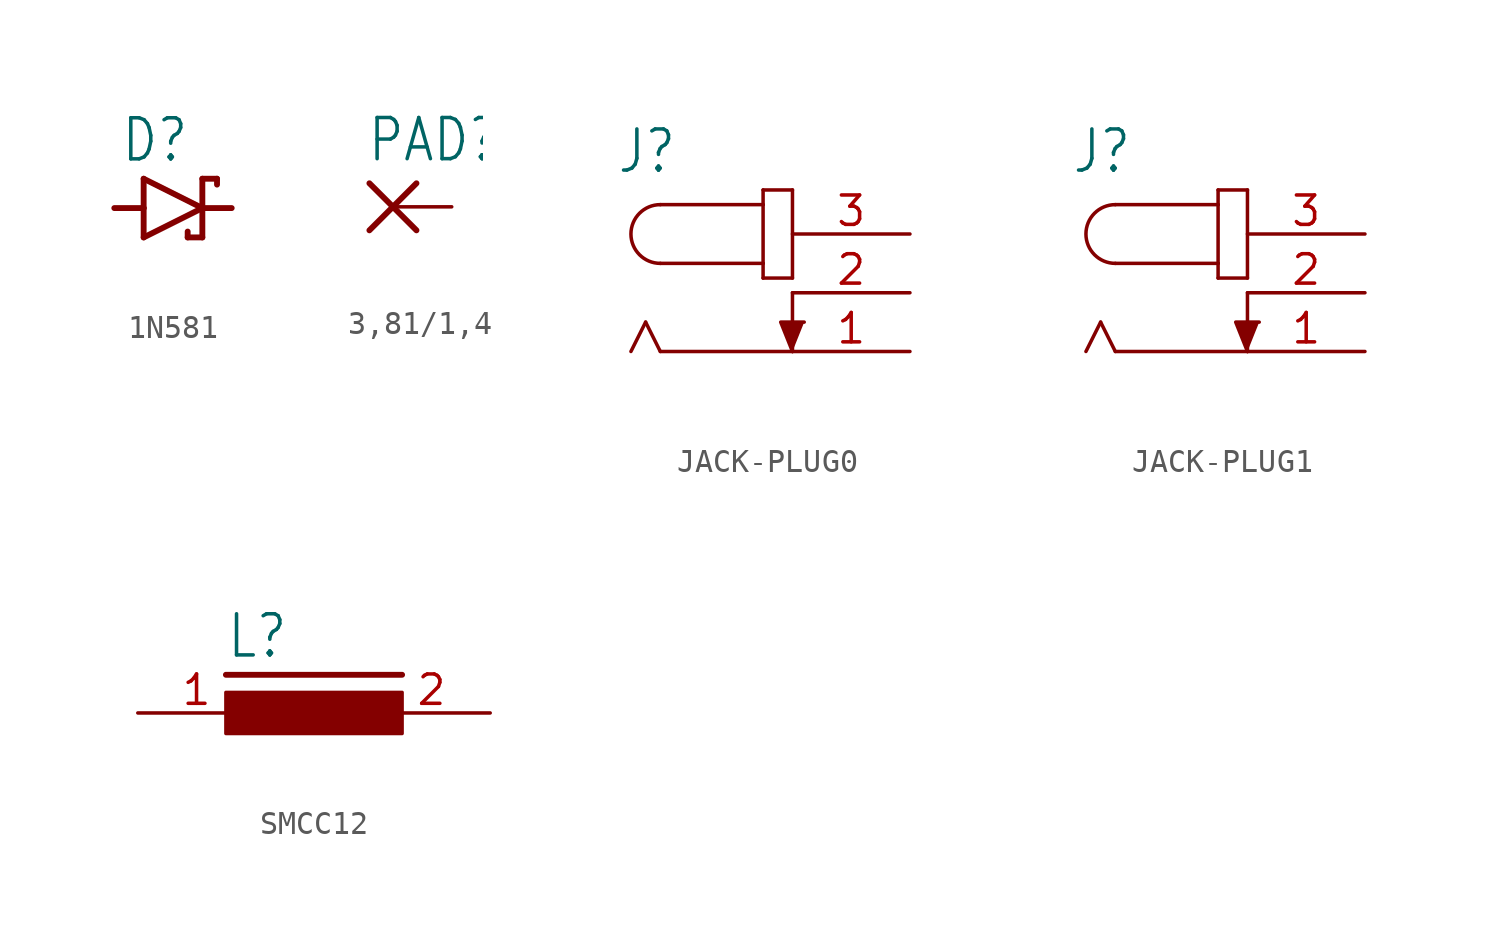
<source format=kicad_sym>
(kicad_symbol_lib
  (version 20220914)
  (generator kicad_symbol_editor)
  (symbol "1N581"
    (property "Reference" "D"
      (at -2.286 1.905 0)
      (effects (font (size 1.778 1.511)) (justify left bottom)))
    (property "Value" ""
      (at -2.286 -3.429 0)
      (effects (font (size 1.778 1.511)) (justify left bottom)))
    (property "ki_locked" ""
      (at 0 0 0)
      (effects (font (size 1.27 1.27))))
    (symbol "1N581_1_0"
      (polyline (pts (xy -1.27 -1.27) (xy 1.27 0)) (stroke (width 0.254) (type solid)) (fill (type none)))
      (polyline (pts (xy -1.27 0) (xy -2.54 0)) (stroke (width 0.254) (type solid)) (fill (type none)))
      (polyline (pts (xy -1.27 0) (xy -1.27 -1.27)) (stroke (width 0.254) (type solid)) (fill (type none)))
      (polyline (pts (xy -1.27 1.27) (xy -1.27 0)) (stroke (width 0.254) (type solid)) (fill (type none)))
      (polyline (pts (xy 0.635 -1.016) (xy 0.635 -1.27)) (stroke (width 0.254) (type solid)) (fill (type none)))
      (polyline (pts (xy 1.27 -1.27) (xy 0.635 -1.27)) (stroke (width 0.254) (type solid)) (fill (type none)))
      (polyline (pts (xy 1.27 0) (xy -1.27 1.27)) (stroke (width 0.254) (type solid)) (fill (type none)))
      (polyline (pts (xy 1.27 0) (xy 1.27 -1.27)) (stroke (width 0.254) (type solid)) (fill (type none)))
      (polyline (pts (xy 1.27 0) (xy 2.54 0)) (stroke (width 0.254) (type solid)) (fill (type none)))
      (polyline (pts (xy 1.27 1.27) (xy 1.27 0)) (stroke (width 0.254) (type solid)) (fill (type none)))
      (polyline (pts (xy 1.905 1.27) (xy 1.27 1.27)) (stroke (width 0.254) (type solid)) (fill (type none)))
      (polyline (pts (xy 1.905 1.27) (xy 1.905 1.016)) (stroke (width 0.254) (type solid)) (fill (type none)))
      (pin passive line (at -2.54 0 0) (length 0) (name "A" (effects (font (size 0 0)))) (number "A" (effects (font (size 0 0)))))
      (pin passive line (at 2.54 0 180) (length 0) (name "C" (effects (font (size 0 0)))) (number "C" (effects (font (size 0 0)))))))
  (symbol "3,81/1,4"
    (property "Reference" "PAD"
      (at -1.143 1.854 0)
      (effects (font (size 1.778 1.511)) (justify left bottom)))
    (property "Value" ""
      (at -1.143 -3.302 0)
      (effects (font (size 1.778 1.511)) (justify left bottom)))
    (property "ki_locked" ""
      (at 0 0 0)
      (effects (font (size 1.27 1.27))))
    (symbol "3,81/1,4_1_0"
      (polyline (pts (xy -1.016 -1.016) (xy 1.016 1.016)) (stroke (width 0.254) (type solid)) (fill (type none)))
      (polyline (pts (xy -1.016 1.016) (xy 1.016 -1.016)) (stroke (width 0.254) (type solid)) (fill (type none)))
      (pin passive line (at 2.54 0 180) (length 2.54) (name "P" (effects (font (size 0 0)))) (number "1" (effects (font (size 0 0)))))))
  (symbol "JACK-PLUG0"
    (property "Reference" "J"
      (at -7.62 5.08 0)
      (effects (font (size 1.778 1.511)) (justify left bottom)))
    (property "Value" ""
      (at -7.62 -5.08 0)
      (effects (font (size 1.778 1.511)) (justify left bottom)))
    (property "ki_locked" ""
      (at 0 0 0)
      (effects (font (size 1.27 1.27))))
    (symbol "JACK-PLUG0_1_0"
      (arc (start -5.715 3.81) (mid -6.985 2.54) (end -5.715 1.27) (stroke (width 0.1524) (type solid)) (fill (type none)))
      (polyline (pts (xy -6.35 -1.27) (xy -6.985 -2.54)) (stroke (width 0.152) (type solid)) (fill (type none)))
      (polyline (pts (xy -5.715 -2.54) (xy -6.35 -1.27)) (stroke (width 0.152) (type solid)) (fill (type none)))
      (polyline (pts (xy -5.715 3.81) (xy -1.27 3.81)) (stroke (width 0.152) (type solid)) (fill (type none)))
      (polyline (pts (xy -1.27 0.635) (xy 0 0.635)) (stroke (width 0.152) (type solid)) (fill (type none)))
      (polyline (pts (xy -1.27 1.27) (xy -5.715 1.27)) (stroke (width 0.152) (type solid)) (fill (type none)))
      (polyline (pts (xy -1.27 1.27) (xy -1.27 0.635)) (stroke (width 0.152) (type solid)) (fill (type none)))
      (polyline (pts (xy -1.27 3.81) (xy -1.27 1.27)) (stroke (width 0.152) (type solid)) (fill (type none)))
      (polyline (pts (xy -1.27 4.445) (xy -1.27 3.81)) (stroke (width 0.152) (type solid)) (fill (type none)))
      (polyline (pts (xy 0 -2.54) (xy -5.715 -2.54)) (stroke (width 0.152) (type solid)) (fill (type none)))
      (polyline (pts (xy 0 0) (xy 0 -2.54)) (stroke (width 0.152) (type solid)) (fill (type none)))
      (polyline (pts (xy 0 0.635) (xy 0 4.445)) (stroke (width 0.152) (type solid)) (fill (type none)))
      (polyline (pts (xy 0 4.445) (xy -1.27 4.445)) (stroke (width 0.152) (type solid)) (fill (type none)))
      (polyline (pts (xy 0 -2.54) (xy -0.508 -1.27) (xy 0.508 -1.27)) (stroke (width 0.152) (type solid)) (fill (type outline)))
      (pin passive line (at 5.08 -2.54 180) (length 5.08) (name "1" (effects (font (size 0 0)))) (number "1" (effects (font (size 1.27 1.27)))))
      (pin passive line (at 5.08 0 180) (length 5.08) (name "2" (effects (font (size 0 0)))) (number "2" (effects (font (size 1.27 1.27)))))
      (pin passive line (at 5.08 2.54 180) (length 5.08) (name "3" (effects (font (size 0 0)))) (number "3" (effects (font (size 1.27 1.27)))))))
  (symbol "JACK-PLUG1"
    (property "Reference" "J"
      (at -7.62 5.08 0)
      (effects (font (size 1.778 1.511)) (justify left bottom)))
    (property "Value" ""
      (at -7.62 -5.08 0)
      (effects (font (size 1.778 1.511)) (justify left bottom)))
    (property "ki_locked" ""
      (at 0 0 0)
      (effects (font (size 1.27 1.27))))
    (symbol "JACK-PLUG1_1_0"
      (arc (start -5.715 3.81) (mid -6.985 2.54) (end -5.715 1.27) (stroke (width 0.1524) (type solid)) (fill (type none)))
      (polyline (pts (xy -6.35 -1.27) (xy -6.985 -2.54)) (stroke (width 0.152) (type solid)) (fill (type none)))
      (polyline (pts (xy -5.715 -2.54) (xy -6.35 -1.27)) (stroke (width 0.152) (type solid)) (fill (type none)))
      (polyline (pts (xy -5.715 3.81) (xy -1.27 3.81)) (stroke (width 0.152) (type solid)) (fill (type none)))
      (polyline (pts (xy -1.27 0.635) (xy 0 0.635)) (stroke (width 0.152) (type solid)) (fill (type none)))
      (polyline (pts (xy -1.27 1.27) (xy -5.715 1.27)) (stroke (width 0.152) (type solid)) (fill (type none)))
      (polyline (pts (xy -1.27 1.27) (xy -1.27 0.635)) (stroke (width 0.152) (type solid)) (fill (type none)))
      (polyline (pts (xy -1.27 3.81) (xy -1.27 1.27)) (stroke (width 0.152) (type solid)) (fill (type none)))
      (polyline (pts (xy -1.27 4.445) (xy -1.27 3.81)) (stroke (width 0.152) (type solid)) (fill (type none)))
      (polyline (pts (xy 0 -2.54) (xy -5.715 -2.54)) (stroke (width 0.152) (type solid)) (fill (type none)))
      (polyline (pts (xy 0 0) (xy 0 -2.54)) (stroke (width 0.152) (type solid)) (fill (type none)))
      (polyline (pts (xy 0 0.635) (xy 0 4.445)) (stroke (width 0.152) (type solid)) (fill (type none)))
      (polyline (pts (xy 0 4.445) (xy -1.27 4.445)) (stroke (width 0.152) (type solid)) (fill (type none)))
      (polyline (pts (xy 0 -2.54) (xy -0.508 -1.27) (xy 0.508 -1.27)) (stroke (width 0.152) (type solid)) (fill (type outline)))
      (pin passive line (at 5.08 -2.54 180) (length 5.08) (name "1" (effects (font (size 0 0)))) (number "1" (effects (font (size 1.27 1.27)))))
      (pin passive line (at 5.08 0 180) (length 5.08) (name "2" (effects (font (size 0 0)))) (number "2" (effects (font (size 1.27 1.27)))))
      (pin passive line (at 5.08 2.54 180) (length 5.08) (name "3" (effects (font (size 0 0)))) (number "3" (effects (font (size 1.27 1.27)))))))
  (symbol "SMCC12"
    (property "Reference" "L"
      (at -3.81 2.286 0)
      (effects (font (size 1.778 1.511)) (justify left bottom)))
    (property "Value" ""
      (at -3.937 -3.048 0)
      (effects (font (size 1.778 1.511)) (justify left bottom)))
    (property "ki_locked" ""
      (at 0 0 0)
      (effects (font (size 1.27 1.27))))
    (symbol "SMCC12_1_0"
      (rectangle (start -3.81 -0.889) (end 3.81 0.889) (stroke (width 0) (type default)) (fill (type outline)))
      (polyline (pts (xy -3.81 1.651) (xy 3.81 1.651)) (stroke (width 0.254) (type solid)) (fill (type none)))
      (pin passive line (at -7.62 0 0) (length 5.08) (name "1" (effects (font (size 0 0)))) (number "1" (effects (font (size 1.27 1.27)))))
      (pin passive line (at 7.62 0 180) (length 5.08) (name "2" (effects (font (size 0 0)))) (number "2" (effects (font (size 1.27 1.27))))))))
</source>
